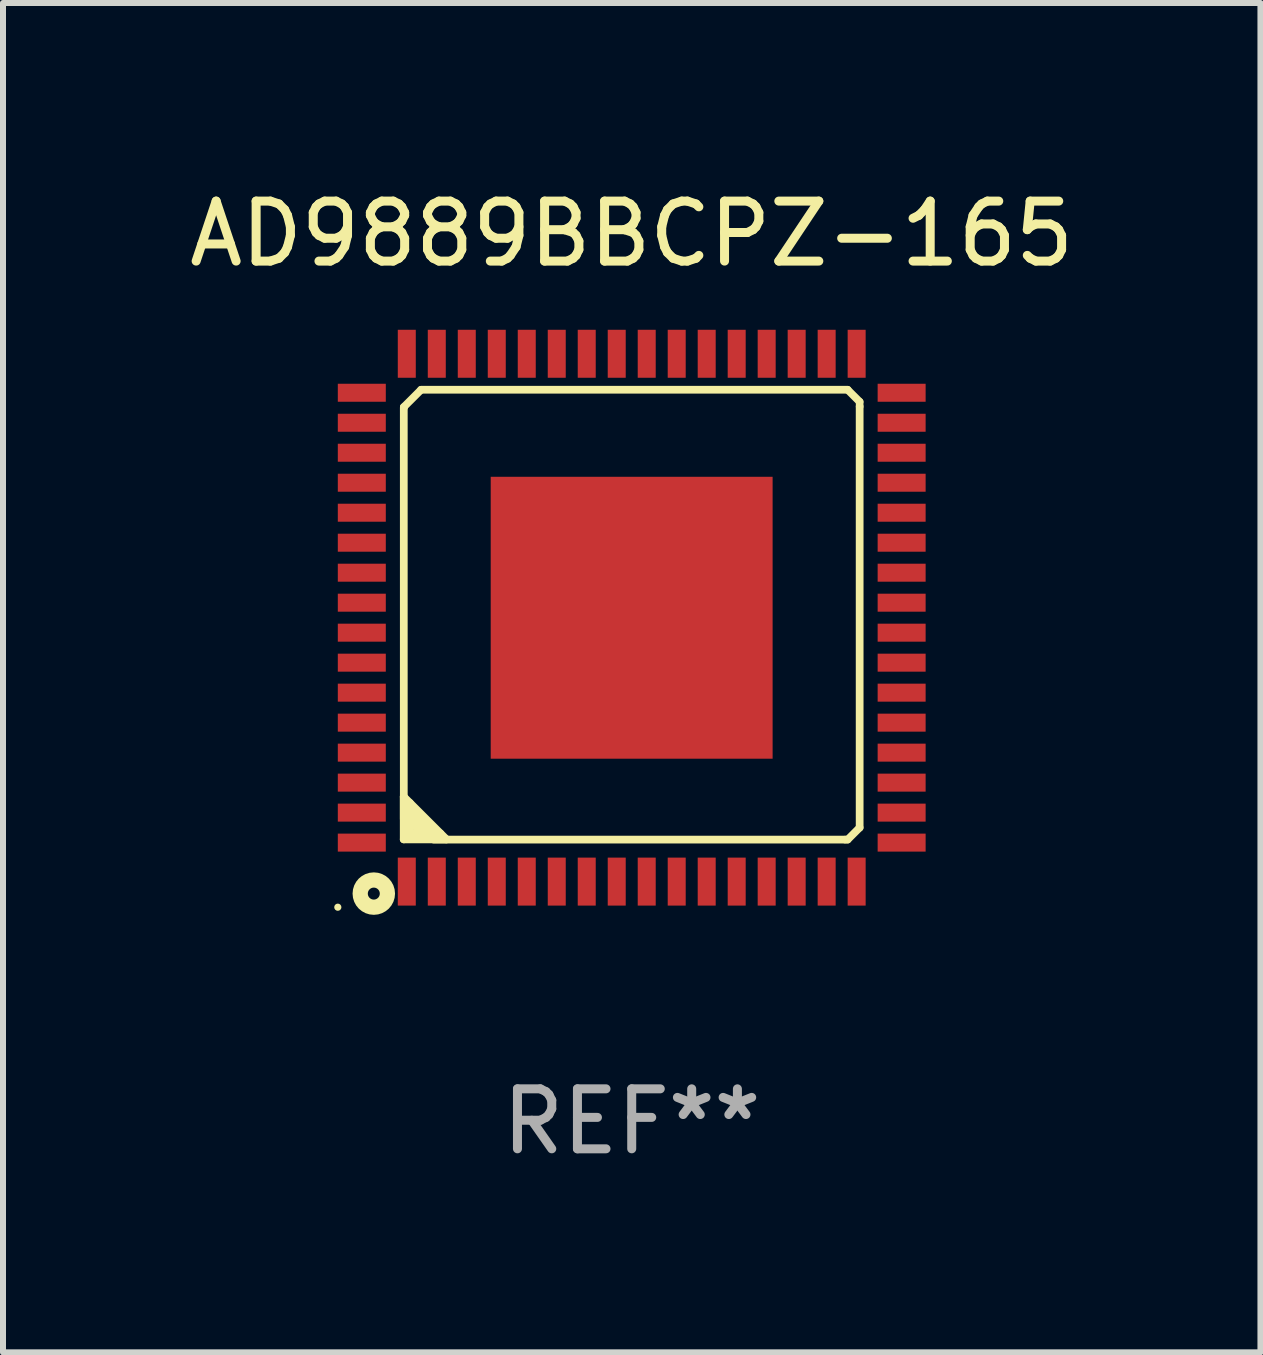
<source format=kicad_pcb>
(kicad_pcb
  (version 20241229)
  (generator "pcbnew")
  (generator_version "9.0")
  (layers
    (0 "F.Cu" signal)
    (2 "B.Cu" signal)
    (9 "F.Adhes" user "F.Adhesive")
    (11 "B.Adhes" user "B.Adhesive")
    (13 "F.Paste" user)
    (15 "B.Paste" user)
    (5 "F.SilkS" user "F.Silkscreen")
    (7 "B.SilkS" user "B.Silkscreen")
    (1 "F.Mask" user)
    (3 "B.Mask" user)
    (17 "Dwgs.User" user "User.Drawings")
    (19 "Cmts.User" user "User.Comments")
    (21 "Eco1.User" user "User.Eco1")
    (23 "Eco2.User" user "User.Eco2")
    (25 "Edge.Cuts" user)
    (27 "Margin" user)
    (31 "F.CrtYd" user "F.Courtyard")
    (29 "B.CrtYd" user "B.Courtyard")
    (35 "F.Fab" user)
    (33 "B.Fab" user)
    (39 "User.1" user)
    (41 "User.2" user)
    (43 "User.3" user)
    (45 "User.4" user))
  (footprint "AD9889BBCPZ-165"
    (layer "F.Cu")
    (at 7.482 7.248)
    (property "Reference" "AD9889BBCPZ-165" (at 0 -6.4 0) (layer "F.SilkS") (effects (font (size 1 1) (thickness 0.15))))
    (attr through_hole)
    (fp_line (start -3.801 2.985) (end -3.801 3.696) (stroke (width 0.129) (type solid)) (layer "F.SilkS"))
    (fp_line (start -3.801 3.696) (end -3.089 3.696) (stroke (width 0.129) (type solid)) (layer "F.SilkS"))
    (fp_line (start -3.8 -3.512) (end -3.512 -3.8) (stroke (width 0.127) (type solid)) (layer "F.SilkS"))
    (fp_line (start -3.8 -3.5) (end -3.8 -3.512) (stroke (width 0.127) (type solid)) (layer "F.SilkS"))
    (fp_line (start -3.8 -3.5) (end -3.8 3.358) (stroke (width 0.129) (type solid)) (layer "F.SilkS"))
    (fp_line (start -3.699 3.087) (end -3.699 3.595) (stroke (width 0.129) (type solid)) (layer "F.SilkS"))
    (fp_line (start -3.699 3.188) (end -3.699 3.29) (stroke (width 0.129) (type solid)) (layer "F.SilkS"))
    (fp_line (start -3.699 3.29) (end -3.394 3.595) (stroke (width 0.129) (type solid)) (layer "F.SilkS"))
    (fp_line (start -3.699 3.595) (end -3.191 3.595) (stroke (width 0.129) (type solid)) (layer "F.SilkS"))
    (fp_line (start -3.496 3.595) (end -3.699 3.391) (stroke (width 0.129) (type solid)) (layer "F.SilkS"))
    (fp_line (start -3.394 3.595) (end -3.496 3.595) (stroke (width 0.129) (type solid)) (layer "F.SilkS"))
    (fp_line (start -3.3 3.7) (end 3.558 3.7) (stroke (width 0.129) (type solid)) (layer "F.SilkS"))
    (fp_line (start -3.293 3.595) (end -3.699 3.188) (stroke (width 0.129) (type solid)) (layer "F.SilkS"))
    (fp_line (start -3.089 3.696) (end -3.801 2.985) (stroke (width 0.129) (type solid)) (layer "F.SilkS"))
    (fp_line (start 3.558 3.7) (end 3.6 3.7) (stroke (width 0.127) (type solid)) (layer "F.SilkS"))
    (fp_line (start 3.6 -3.8) (end -3.512 -3.8) (stroke (width 0.129) (type solid)) (layer "F.SilkS"))
    (fp_line (start 3.6 3.7) (end 3.8 3.5) (stroke (width 0.127) (type solid)) (layer "F.SilkS"))
    (fp_line (start 3.8 -3.6) (end 3.6 -3.8) (stroke (width 0.127) (type solid)) (layer "F.SilkS"))
    (fp_line (start 3.8 -3.52) (end 3.8 -3.6) (stroke (width 0.127) (type solid)) (layer "F.SilkS"))
    (fp_line (start 3.8 3.5) (end 3.8 -3.52) (stroke (width 0.129) (type solid)) (layer "F.SilkS"))
    (fp_circle (center -4.9 4.827) (end -4.87 4.827) (stroke (width 0.06) (type solid)) (fill no) (layer "F.SilkS"))
    (fp_circle (center -4.3 4.6) (end -4.2 4.6) (stroke (width 0.254) (type solid)) (fill no) (layer "F.SilkS"))
    (fp_text user "REF**" (at 0 8.4 0) (layer "F.Fab") (effects (font (size 1 1) (thickness 0.15))))
    (pad "1" smd rect (at -3.75 4.4) (size 0.3 0.8) (layers "F.Cu" "F.Mask" "F.Paste"))
    (pad "2" smd rect (at -3.25 4.4) (size 0.3 0.8) (layers "F.Cu" "F.Mask" "F.Paste"))
    (pad "3" smd rect (at -2.75 4.4) (size 0.3 0.8) (layers "F.Cu" "F.Mask" "F.Paste"))
    (pad "4" smd rect (at -2.25 4.4) (size 0.3 0.8) (layers "F.Cu" "F.Mask" "F.Paste"))
    (pad "5" smd rect (at -1.75 4.4) (size 0.3 0.8) (layers "F.Cu" "F.Mask" "F.Paste"))
    (pad "6" smd rect (at -1.25 4.4) (size 0.3 0.8) (layers "F.Cu" "F.Mask" "F.Paste"))
    (pad "7" smd rect (at -0.75 4.4) (size 0.3 0.8) (layers "F.Cu" "F.Mask" "F.Paste"))
    (pad "8" smd rect (at -0.25 4.4) (size 0.3 0.8) (layers "F.Cu" "F.Mask" "F.Paste"))
    (pad "9" smd rect (at 0.25 4.4) (size 0.3 0.8) (layers "F.Cu" "F.Mask" "F.Paste"))
    (pad "10" smd rect (at 0.75 4.4) (size 0.3 0.8) (layers "F.Cu" "F.Mask" "F.Paste"))
    (pad "11" smd rect (at 1.25 4.4) (size 0.3 0.8) (layers "F.Cu" "F.Mask" "F.Paste"))
    (pad "12" smd rect (at 1.75 4.4) (size 0.3 0.8) (layers "F.Cu" "F.Mask" "F.Paste"))
    (pad "13" smd rect (at 2.25 4.4) (size 0.3 0.8) (layers "F.Cu" "F.Mask" "F.Paste"))
    (pad "14" smd rect (at 2.75 4.4) (size 0.3 0.8) (layers "F.Cu" "F.Mask" "F.Paste"))
    (pad "15" smd rect (at 3.25 4.4) (size 0.3 0.8) (layers "F.Cu" "F.Mask" "F.Paste"))
    (pad "16" smd rect (at 3.75 4.4) (size 0.3 0.8) (layers "F.Cu" "F.Mask" "F.Paste"))
    (pad "17" smd rect (at 4.5 3.75) (size 0.8 0.3) (layers "F.Cu" "F.Mask" "F.Paste"))
    (pad "18" smd rect (at 4.5 3.25) (size 0.8 0.3) (layers "F.Cu" "F.Mask" "F.Paste"))
    (pad "19" smd rect (at 4.5 2.75) (size 0.8 0.3) (layers "F.Cu" "F.Mask" "F.Paste"))
    (pad "20" smd rect (at 4.5 2.25) (size 0.8 0.3) (layers "F.Cu" "F.Mask" "F.Paste"))
    (pad "21" smd rect (at 4.5 1.75) (size 0.8 0.3) (layers "F.Cu" "F.Mask" "F.Paste"))
    (pad "22" smd rect (at 4.5 1.25) (size 0.8 0.3) (layers "F.Cu" "F.Mask" "F.Paste"))
    (pad "23" smd rect (at 4.5 0.75) (size 0.8 0.3) (layers "F.Cu" "F.Mask" "F.Paste"))
    (pad "24" smd rect (at 4.5 0.25) (size 0.8 0.3) (layers "F.Cu" "F.Mask" "F.Paste"))
    (pad "25" smd rect (at 4.5 -0.25) (size 0.8 0.3) (layers "F.Cu" "F.Mask" "F.Paste"))
    (pad "26" smd rect (at 4.5 -0.75) (size 0.8 0.3) (layers "F.Cu" "F.Mask" "F.Paste"))
    (pad "27" smd rect (at 4.5 -1.25) (size 0.8 0.3) (layers "F.Cu" "F.Mask" "F.Paste"))
    (pad "28" smd rect (at 4.5 -1.75) (size 0.8 0.3) (layers "F.Cu" "F.Mask" "F.Paste"))
    (pad "29" smd rect (at 4.5 -2.25) (size 0.8 0.3) (layers "F.Cu" "F.Mask" "F.Paste"))
    (pad "30" smd rect (at 4.5 -2.75) (size 0.8 0.3) (layers "F.Cu" "F.Mask" "F.Paste"))
    (pad "31" smd rect (at 4.5 -3.25) (size 0.8 0.3) (layers "F.Cu" "F.Mask" "F.Paste"))
    (pad "32" smd rect (at 4.5 -3.75) (size 0.8 0.3) (layers "F.Cu" "F.Mask" "F.Paste"))
    (pad "33" smd rect (at 3.75 -4.4) (size 0.3 0.8) (layers "F.Cu" "F.Mask" "F.Paste"))
    (pad "34" smd rect (at 3.25 -4.4) (size 0.3 0.8) (layers "F.Cu" "F.Mask" "F.Paste"))
    (pad "35" smd rect (at 2.75 -4.4) (size 0.3 0.8) (layers "F.Cu" "F.Mask" "F.Paste"))
    (pad "36" smd rect (at 2.25 -4.4) (size 0.3 0.8) (layers "F.Cu" "F.Mask" "F.Paste"))
    (pad "37" smd rect (at 1.75 -4.4) (size 0.3 0.8) (layers "F.Cu" "F.Mask" "F.Paste"))
    (pad "38" smd rect (at 1.25 -4.4) (size 0.3 0.8) (layers "F.Cu" "F.Mask" "F.Paste"))
    (pad "39" smd rect (at 0.75 -4.4) (size 0.3 0.8) (layers "F.Cu" "F.Mask" "F.Paste"))
    (pad "40" smd rect (at 0.25 -4.4) (size 0.3 0.8) (layers "F.Cu" "F.Mask" "F.Paste"))
    (pad "41" smd rect (at -0.25 -4.4) (size 0.3 0.8) (layers "F.Cu" "F.Mask" "F.Paste"))
    (pad "42" smd rect (at -0.75 -4.4) (size 0.3 0.8) (layers "F.Cu" "F.Mask" "F.Paste"))
    (pad "43" smd rect (at -1.25 -4.4) (size 0.3 0.8) (layers "F.Cu" "F.Mask" "F.Paste"))
    (pad "44" smd rect (at -1.75 -4.4) (size 0.3 0.8) (layers "F.Cu" "F.Mask" "F.Paste"))
    (pad "45" smd rect (at -2.25 -4.4) (size 0.3 0.8) (layers "F.Cu" "F.Mask" "F.Paste"))
    (pad "46" smd rect (at -2.75 -4.4) (size 0.3 0.8) (layers "F.Cu" "F.Mask" "F.Paste"))
    (pad "47" smd rect (at -3.25 -4.4) (size 0.3 0.8) (layers "F.Cu" "F.Mask" "F.Paste"))
    (pad "48" smd rect (at -3.75 -4.4) (size 0.3 0.8) (layers "F.Cu" "F.Mask" "F.Paste"))
    (pad "49" smd rect (at -4.5 -3.75) (size 0.8 0.3) (layers "F.Cu" "F.Mask" "F.Paste"))
    (pad "50" smd rect (at -4.5 -3.25) (size 0.8 0.3) (layers "F.Cu" "F.Mask" "F.Paste"))
    (pad "51" smd rect (at -4.5 -2.75) (size 0.8 0.3) (layers "F.Cu" "F.Mask" "F.Paste"))
    (pad "52" smd rect (at -4.5 -2.25) (size 0.8 0.3) (layers "F.Cu" "F.Mask" "F.Paste"))
    (pad "53" smd rect (at -4.5 -1.75) (size 0.8 0.3) (layers "F.Cu" "F.Mask" "F.Paste"))
    (pad "54" smd rect (at -4.5 -1.25) (size 0.8 0.3) (layers "F.Cu" "F.Mask" "F.Paste"))
    (pad "55" smd rect (at -4.5 -0.75) (size 0.8 0.3) (layers "F.Cu" "F.Mask" "F.Paste"))
    (pad "56" smd rect (at -4.5 -0.25) (size 0.8 0.3) (layers "F.Cu" "F.Mask" "F.Paste"))
    (pad "57" smd rect (at -4.5 0.25) (size 0.8 0.3) (layers "F.Cu" "F.Mask" "F.Paste"))
    (pad "58" smd rect (at -4.5 0.75) (size 0.8 0.3) (layers "F.Cu" "F.Mask" "F.Paste"))
    (pad "59" smd rect (at -4.5 1.25) (size 0.8 0.3) (layers "F.Cu" "F.Mask" "F.Paste"))
    (pad "60" smd rect (at -4.5 1.75) (size 0.8 0.3) (layers "F.Cu" "F.Mask" "F.Paste"))
    (pad "61" smd rect (at -4.5 2.25) (size 0.8 0.3) (layers "F.Cu" "F.Mask" "F.Paste"))
    (pad "62" smd rect (at -4.5 2.75) (size 0.8 0.3) (layers "F.Cu" "F.Mask" "F.Paste"))
    (pad "63" smd rect (at -4.5 3.25) (size 0.8 0.3) (layers "F.Cu" "F.Mask" "F.Paste"))
    (pad "64" smd rect (at -4.5 3.75) (size 0.8 0.3) (layers "F.Cu" "F.Mask" "F.Paste"))
    (pad "65" smd rect (at -0.001 0.001) (size 4.7 4.7) (layers "F.Cu" "F.Mask" "F.Paste")))
  (gr_rect
    (start -3 -3)
    (end 17.964 19.496)
    (stroke (width 0.1) (type default))
    (fill no)
    (layer "Edge.Cuts")))
</source>
